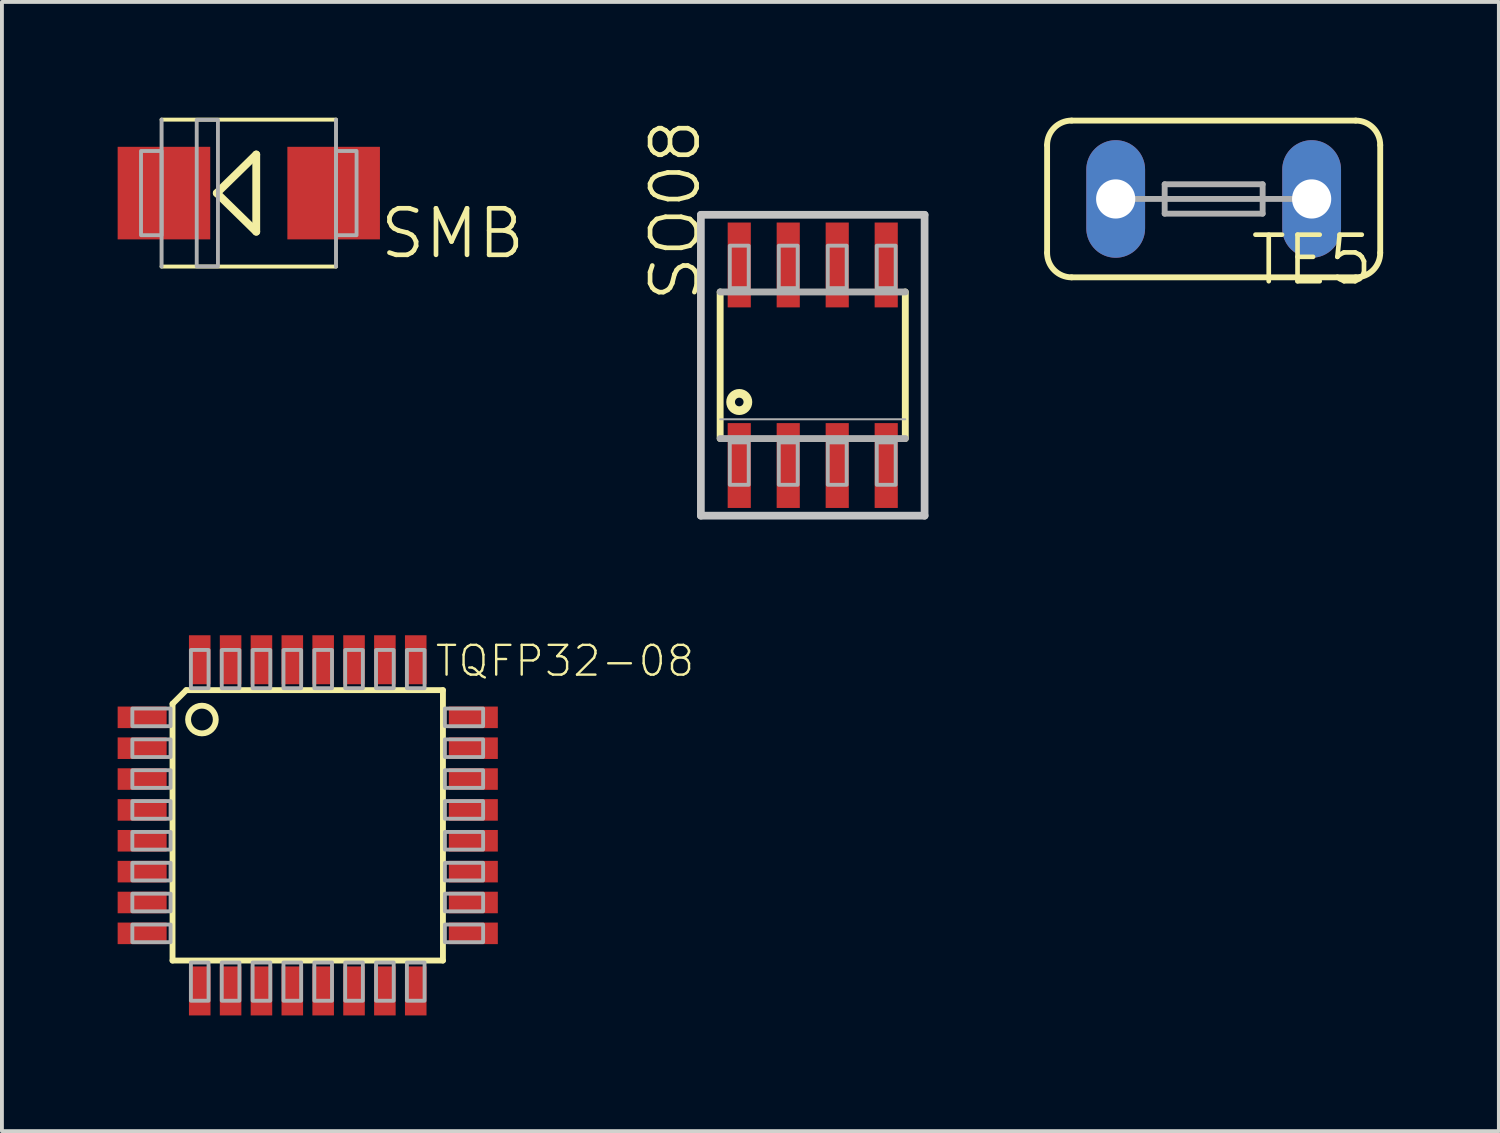
<source format=kicad_pcb>
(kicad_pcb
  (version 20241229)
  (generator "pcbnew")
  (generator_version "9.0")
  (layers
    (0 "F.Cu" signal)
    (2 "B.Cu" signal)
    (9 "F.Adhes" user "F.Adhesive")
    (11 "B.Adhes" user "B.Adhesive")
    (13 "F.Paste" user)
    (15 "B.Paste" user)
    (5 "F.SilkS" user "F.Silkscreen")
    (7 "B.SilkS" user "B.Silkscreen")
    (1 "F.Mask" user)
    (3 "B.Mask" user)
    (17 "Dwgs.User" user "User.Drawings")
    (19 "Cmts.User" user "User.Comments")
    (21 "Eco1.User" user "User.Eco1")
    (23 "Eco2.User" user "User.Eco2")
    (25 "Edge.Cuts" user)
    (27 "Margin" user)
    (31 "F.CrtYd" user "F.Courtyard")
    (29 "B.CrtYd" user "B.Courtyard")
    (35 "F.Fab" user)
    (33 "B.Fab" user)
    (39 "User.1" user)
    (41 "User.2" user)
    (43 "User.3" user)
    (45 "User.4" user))
  (footprint "SMB"
    (layer "F.Cu")
    (at 3.4 1.956)
    (property "Reference" "SMB" (at 3.338 1.754 180) (layer "F.SilkS") (effects (font (size 1.206 1.206) (thickness 0.121)) (justify left bottom)))
    (attr through_hole)
    (fp_line (start -2.261 -1.905) (end 2.261 -1.905) (stroke (width 0.102) (type solid)) (layer "F.SilkS"))
    (fp_line (start -2.261 1.905) (end 2.261 1.905) (stroke (width 0.102) (type solid)) (layer "F.SilkS"))
    (fp_line (start -0.83 0) (end 0.193 1) (stroke (width 0.203) (type solid)) (layer "F.SilkS"))
    (fp_line (start 0.193 -1) (end -0.83 0) (stroke (width 0.203) (type solid)) (layer "F.SilkS"))
    (fp_line (start 0.193 1) (end 0.193 -1) (stroke (width 0.203) (type solid)) (layer "F.SilkS"))
    (fp_line (start -2.261 1.905) (end -2.261 -1.905) (stroke (width 0.102) (type solid)) (layer "F.Fab"))
    (fp_line (start 2.261 1.905) (end 2.261 -1.905) (stroke (width 0.102) (type solid)) (layer "F.Fab"))
    (fp_poly (pts (xy -2.794 1.092) (xy -2.261 1.092) (xy -2.261 -1.092) (xy -2.794 -1.092)) (stroke (width 0.1) (type solid)) (fill no) (layer "F.Fab"))
    (fp_poly (pts (xy -1.35 1.9) (xy -0.8 1.9) (xy -0.8 -1.9) (xy -1.35 -1.9)) (stroke (width 0.1) (type solid)) (fill no) (layer "F.Fab"))
    (fp_poly (pts (xy 2.261 1.092) (xy 2.794 1.092) (xy 2.794 -1.092) (xy 2.261 -1.092)) (stroke (width 0.1) (type solid)) (fill no) (layer "F.Fab"))
    (pad "A" smd rect (at 2.2 0) (size 2.4 2.4) (layers "F.Cu" "F.Mask" "F.Paste"))
    (pad "C" smd rect (at -2.2 0) (size 2.4 2.4) (layers "F.Cu" "F.Mask" "F.Paste")))
  (footprint "TE5"
    (layer "F.Cu")
    (at 28.414 2.108)
    (property "Reference" "TE5" (at 0.889 2.286 180) (layer "F.SilkS") (effects (font (size 1.206 1.206) (thickness 0.121)) (justify left bottom)))
    (attr through_hole)
    (fp_line (start -4.318 -1.397) (end -4.318 1.397) (stroke (width 0.152) (type solid)) (layer "F.SilkS"))
    (fp_line (start -3.683 2.032) (end 3.683 2.032) (stroke (width 0.152) (type solid)) (layer "F.SilkS"))
    (fp_line (start 3.683 -2.032) (end -3.683 -2.032) (stroke (width 0.152) (type solid)) (layer "F.SilkS"))
    (fp_line (start 4.318 1.397) (end 4.318 -1.397) (stroke (width 0.152) (type solid)) (layer "F.SilkS"))
    (fp_arc (start -4.318 -1.397) (mid -4.132013 -1.846013) (end -3.683 -2.032) (stroke (width 0.1524) (type solid)) (layer "F.SilkS"))
    (fp_arc (start -3.683 2.032) (mid -4.132013 1.846013) (end -4.318 1.397) (stroke (width 0.1524) (type solid)) (layer "F.SilkS"))
    (fp_arc (start 3.683 -2.032) (mid 4.132013 -1.846013) (end 4.318 -1.397) (stroke (width 0.1524) (type solid)) (layer "F.SilkS"))
    (fp_arc (start 4.318 1.397) (mid 4.132013 1.846013) (end 3.683 2.032) (stroke (width 0.1524) (type solid)) (layer "F.SilkS"))
    (fp_line (start -2.159 0) (end 2.159 0) (stroke (width 0.152) (type solid)) (layer "F.Fab"))
    (fp_line (start -1.27 -0.381) (end -1.27 0.381) (stroke (width 0.152) (type solid)) (layer "F.Fab"))
    (fp_line (start -1.27 0.381) (end 1.27 0.381) (stroke (width 0.152) (type solid)) (layer "F.Fab"))
    (fp_line (start 1.27 -0.381) (end -1.27 -0.381) (stroke (width 0.152) (type solid)) (layer "F.Fab"))
    (fp_line (start 1.27 -0.381) (end 1.27 0.381) (stroke (width 0.152) (type solid)) (layer "F.Fab"))
    (pad "1" thru_hole oval (at -2.54 0 90) (size 3.048 1.524) (drill 1.016) (layers "*.Cu" "*.Mask"))
    (pad "2" thru_hole oval (at 2.54 0 90) (size 3.048 1.524) (drill 1.016) (layers "*.Cu" "*.Mask")))
  (footprint "TQFP32-08"
    (layer "F.Cu")
    (at 4.928 18.347)
    (property "Reference" "TQFP32-08" (at 3.264 -3.81 180) (layer "F.SilkS") (effects (font (size 0.772 0.772) (thickness 0.062)) (justify left bottom)))
    (attr through_hole)
    (fp_line (start -3.505 3.505) (end -3.505 -3.15) (stroke (width 0.152) (type solid)) (layer "F.SilkS"))
    (fp_line (start -3.15 -3.505) (end -3.505 -3.15) (stroke (width 0.152) (type solid)) (layer "F.SilkS"))
    (fp_line (start -3.15 -3.505) (end 3.505 -3.505) (stroke (width 0.152) (type solid)) (layer "F.SilkS"))
    (fp_line (start 3.505 -3.505) (end 3.505 3.505) (stroke (width 0.152) (type solid)) (layer "F.SilkS"))
    (fp_line (start 3.505 3.505) (end -3.505 3.505) (stroke (width 0.152) (type solid)) (layer "F.SilkS"))
    (fp_circle (center -2.743 -2.743) (end -2.384 -2.743) (stroke (width 0.152) (type solid)) (fill no) (layer "F.SilkS"))
    (fp_poly (pts (xy -4.547 -2.571) (xy -3.556 -2.571) (xy -3.556 -3.029) (xy -4.547 -3.029)) (stroke (width 0.1) (type solid)) (fill no) (layer "F.Fab"))
    (fp_poly (pts (xy -4.547 -1.771) (xy -3.556 -1.771) (xy -3.556 -2.229) (xy -4.547 -2.229)) (stroke (width 0.1) (type solid)) (fill no) (layer "F.Fab"))
    (fp_poly (pts (xy -4.547 -0.971) (xy -3.556 -0.971) (xy -3.556 -1.429) (xy -4.547 -1.429)) (stroke (width 0.1) (type solid)) (fill no) (layer "F.Fab"))
    (fp_poly (pts (xy -4.547 -0.171) (xy -3.556 -0.171) (xy -3.556 -0.629) (xy -4.547 -0.629)) (stroke (width 0.1) (type solid)) (fill no) (layer "F.Fab"))
    (fp_poly (pts (xy -4.547 0.629) (xy -3.556 0.629) (xy -3.556 0.171) (xy -4.547 0.171)) (stroke (width 0.1) (type solid)) (fill no) (layer "F.Fab"))
    (fp_poly (pts (xy -4.547 1.429) (xy -3.556 1.429) (xy -3.556 0.971) (xy -4.547 0.971)) (stroke (width 0.1) (type solid)) (fill no) (layer "F.Fab"))
    (fp_poly (pts (xy -4.547 2.229) (xy -3.556 2.229) (xy -3.556 1.771) (xy -4.547 1.771)) (stroke (width 0.1) (type solid)) (fill no) (layer "F.Fab"))
    (fp_poly (pts (xy -4.547 3.029) (xy -3.556 3.029) (xy -3.556 2.571) (xy -4.547 2.571)) (stroke (width 0.1) (type solid)) (fill no) (layer "F.Fab"))
    (fp_poly (pts (xy -3.029 -3.556) (xy -2.571 -3.556) (xy -2.571 -4.547) (xy -3.029 -4.547)) (stroke (width 0.1) (type solid)) (fill no) (layer "F.Fab"))
    (fp_poly (pts (xy -3.029 4.547) (xy -2.571 4.547) (xy -2.571 3.556) (xy -3.029 3.556)) (stroke (width 0.1) (type solid)) (fill no) (layer "F.Fab"))
    (fp_poly (pts (xy -2.229 -3.556) (xy -1.771 -3.556) (xy -1.771 -4.547) (xy -2.229 -4.547)) (stroke (width 0.1) (type solid)) (fill no) (layer "F.Fab"))
    (fp_poly (pts (xy -2.229 4.547) (xy -1.771 4.547) (xy -1.771 3.556) (xy -2.229 3.556)) (stroke (width 0.1) (type solid)) (fill no) (layer "F.Fab"))
    (fp_poly (pts (xy -1.429 -3.556) (xy -0.971 -3.556) (xy -0.971 -4.547) (xy -1.429 -4.547)) (stroke (width 0.1) (type solid)) (fill no) (layer "F.Fab"))
    (fp_poly (pts (xy -1.429 4.547) (xy -0.971 4.547) (xy -0.971 3.556) (xy -1.429 3.556)) (stroke (width 0.1) (type solid)) (fill no) (layer "F.Fab"))
    (fp_poly (pts (xy -0.629 -3.556) (xy -0.171 -3.556) (xy -0.171 -4.547) (xy -0.629 -4.547)) (stroke (width 0.1) (type solid)) (fill no) (layer "F.Fab"))
    (fp_poly (pts (xy -0.629 4.547) (xy -0.171 4.547) (xy -0.171 3.556) (xy -0.629 3.556)) (stroke (width 0.1) (type solid)) (fill no) (layer "F.Fab"))
    (fp_poly (pts (xy 0.171 -3.556) (xy 0.629 -3.556) (xy 0.629 -4.547) (xy 0.171 -4.547)) (stroke (width 0.1) (type solid)) (fill no) (layer "F.Fab"))
    (fp_poly (pts (xy 0.171 4.547) (xy 0.629 4.547) (xy 0.629 3.556) (xy 0.171 3.556)) (stroke (width 0.1) (type solid)) (fill no) (layer "F.Fab"))
    (fp_poly (pts (xy 0.971 -3.556) (xy 1.429 -3.556) (xy 1.429 -4.547) (xy 0.971 -4.547)) (stroke (width 0.1) (type solid)) (fill no) (layer "F.Fab"))
    (fp_poly (pts (xy 0.971 4.547) (xy 1.429 4.547) (xy 1.429 3.556) (xy 0.971 3.556)) (stroke (width 0.1) (type solid)) (fill no) (layer "F.Fab"))
    (fp_poly (pts (xy 1.771 -3.556) (xy 2.229 -3.556) (xy 2.229 -4.547) (xy 1.771 -4.547)) (stroke (width 0.1) (type solid)) (fill no) (layer "F.Fab"))
    (fp_poly (pts (xy 1.771 4.547) (xy 2.229 4.547) (xy 2.229 3.556) (xy 1.771 3.556)) (stroke (width 0.1) (type solid)) (fill no) (layer "F.Fab"))
    (fp_poly (pts (xy 2.571 -3.556) (xy 3.029 -3.556) (xy 3.029 -4.547) (xy 2.571 -4.547)) (stroke (width 0.1) (type solid)) (fill no) (layer "F.Fab"))
    (fp_poly (pts (xy 2.571 4.547) (xy 3.029 4.547) (xy 3.029 3.556) (xy 2.571 3.556)) (stroke (width 0.1) (type solid)) (fill no) (layer "F.Fab"))
    (fp_poly (pts (xy 3.556 -2.571) (xy 4.547 -2.571) (xy 4.547 -3.029) (xy 3.556 -3.029)) (stroke (width 0.1) (type solid)) (fill no) (layer "F.Fab"))
    (fp_poly (pts (xy 3.556 -1.771) (xy 4.547 -1.771) (xy 4.547 -2.229) (xy 3.556 -2.229)) (stroke (width 0.1) (type solid)) (fill no) (layer "F.Fab"))
    (fp_poly (pts (xy 3.556 -0.971) (xy 4.547 -0.971) (xy 4.547 -1.429) (xy 3.556 -1.429)) (stroke (width 0.1) (type solid)) (fill no) (layer "F.Fab"))
    (fp_poly (pts (xy 3.556 -0.171) (xy 4.547 -0.171) (xy 4.547 -0.629) (xy 3.556 -0.629)) (stroke (width 0.1) (type solid)) (fill no) (layer "F.Fab"))
    (fp_poly (pts (xy 3.556 0.629) (xy 4.547 0.629) (xy 4.547 0.171) (xy 3.556 0.171)) (stroke (width 0.1) (type solid)) (fill no) (layer "F.Fab"))
    (fp_poly (pts (xy 3.556 1.429) (xy 4.547 1.429) (xy 4.547 0.971) (xy 3.556 0.971)) (stroke (width 0.1) (type solid)) (fill no) (layer "F.Fab"))
    (fp_poly (pts (xy 3.556 2.229) (xy 4.547 2.229) (xy 4.547 1.771) (xy 3.556 1.771)) (stroke (width 0.1) (type solid)) (fill no) (layer "F.Fab"))
    (fp_poly (pts (xy 3.556 3.029) (xy 4.547 3.029) (xy 4.547 2.571) (xy 3.556 2.571)) (stroke (width 0.1) (type solid)) (fill no) (layer "F.Fab"))
    (pad "1" smd rect (at -4.293 -2.8) (size 1.27 0.559) (layers "F.Cu" "F.Mask" "F.Paste"))
    (pad "2" smd rect (at -4.293 -2) (size 1.27 0.559) (layers "F.Cu" "F.Mask" "F.Paste"))
    (pad "3" smd rect (at -4.293 -1.2) (size 1.27 0.559) (layers "F.Cu" "F.Mask" "F.Paste"))
    (pad "4" smd rect (at -4.293 -0.4) (size 1.27 0.559) (layers "F.Cu" "F.Mask" "F.Paste"))
    (pad "5" smd rect (at -4.293 0.4) (size 1.27 0.559) (layers "F.Cu" "F.Mask" "F.Paste"))
    (pad "6" smd rect (at -4.293 1.2) (size 1.27 0.559) (layers "F.Cu" "F.Mask" "F.Paste"))
    (pad "7" smd rect (at -4.293 2) (size 1.27 0.559) (layers "F.Cu" "F.Mask" "F.Paste"))
    (pad "8" smd rect (at -4.293 2.8) (size 1.27 0.559) (layers "F.Cu" "F.Mask" "F.Paste"))
    (pad "9" smd rect (at -2.8 4.293) (size 0.559 1.27) (layers "F.Cu" "F.Mask" "F.Paste"))
    (pad "10" smd rect (at -2 4.293) (size 0.559 1.27) (layers "F.Cu" "F.Mask" "F.Paste"))
    (pad "11" smd rect (at -1.2 4.293) (size 0.559 1.27) (layers "F.Cu" "F.Mask" "F.Paste"))
    (pad "12" smd rect (at -0.4 4.293) (size 0.559 1.27) (layers "F.Cu" "F.Mask" "F.Paste"))
    (pad "13" smd rect (at 0.4 4.293) (size 0.559 1.27) (layers "F.Cu" "F.Mask" "F.Paste"))
    (pad "14" smd rect (at 1.2 4.293) (size 0.559 1.27) (layers "F.Cu" "F.Mask" "F.Paste"))
    (pad "15" smd rect (at 2 4.293) (size 0.559 1.27) (layers "F.Cu" "F.Mask" "F.Paste"))
    (pad "16" smd rect (at 2.8 4.293) (size 0.559 1.27) (layers "F.Cu" "F.Mask" "F.Paste"))
    (pad "17" smd rect (at 4.293 2.8) (size 1.27 0.559) (layers "F.Cu" "F.Mask" "F.Paste"))
    (pad "18" smd rect (at 4.293 2) (size 1.27 0.559) (layers "F.Cu" "F.Mask" "F.Paste"))
    (pad "19" smd rect (at 4.293 1.2) (size 1.27 0.559) (layers "F.Cu" "F.Mask" "F.Paste"))
    (pad "20" smd rect (at 4.293 0.4) (size 1.27 0.559) (layers "F.Cu" "F.Mask" "F.Paste"))
    (pad "21" smd rect (at 4.293 -0.4) (size 1.27 0.559) (layers "F.Cu" "F.Mask" "F.Paste"))
    (pad "22" smd rect (at 4.293 -1.2) (size 1.27 0.559) (layers "F.Cu" "F.Mask" "F.Paste"))
    (pad "23" smd rect (at 4.293 -2) (size 1.27 0.559) (layers "F.Cu" "F.Mask" "F.Paste"))
    (pad "24" smd rect (at 4.293 -2.8) (size 1.27 0.559) (layers "F.Cu" "F.Mask" "F.Paste"))
    (pad "25" smd rect (at 2.8 -4.293) (size 0.559 1.27) (layers "F.Cu" "F.Mask" "F.Paste"))
    (pad "26" smd rect (at 2 -4.293) (size 0.559 1.27) (layers "F.Cu" "F.Mask" "F.Paste"))
    (pad "27" smd rect (at 1.2 -4.293) (size 0.559 1.27) (layers "F.Cu" "F.Mask" "F.Paste"))
    (pad "28" smd rect (at 0.4 -4.293) (size 0.559 1.27) (layers "F.Cu" "F.Mask" "F.Paste"))
    (pad "29" smd rect (at -0.4 -4.293) (size 0.559 1.27) (layers "F.Cu" "F.Mask" "F.Paste"))
    (pad "30" smd rect (at -1.2 -4.293) (size 0.559 1.27) (layers "F.Cu" "F.Mask" "F.Paste"))
    (pad "31" smd rect (at -2 -4.293) (size 0.559 1.27) (layers "F.Cu" "F.Mask" "F.Paste"))
    (pad "32" smd rect (at -2.8 -4.293) (size 0.559 1.27) (layers "F.Cu" "F.Mask" "F.Paste")))
  (footprint "SO08"
    (layer "F.Cu")
    (at 18.02 6.419)
    (property "Reference" "SO08" (at -2.857 -1.587 90) (layer "F.SilkS") (effects (font (size 1.206 1.206) (thickness 0.121)) (justify left bottom)))
    (attr through_hole)
    (fp_line (start -2.4 1.9) (end -2.4 -1.9) (stroke (width 0.178) (type solid)) (layer "F.SilkS"))
    (fp_line (start 2.4 -1.9) (end 2.4 1.9) (stroke (width 0.178) (type solid)) (layer "F.SilkS"))
    (fp_circle (center -1.905 0.953) (end -1.793 0.953) (stroke (width 0.225) (type solid)) (fill no) (layer "F.SilkS"))
    (fp_line (start -2.9 -3.9) (end 2.9 -3.9) (stroke (width 0.2) (type solid)) (layer "Dwgs.User"))
    (fp_line (start -2.9 3.9) (end -2.9 -3.9) (stroke (width 0.2) (type solid)) (layer "Dwgs.User"))
    (fp_line (start 2.9 -3.9) (end 2.9 3.9) (stroke (width 0.2) (type solid)) (layer "Dwgs.User"))
    (fp_line (start 2.9 3.9) (end -2.9 3.9) (stroke (width 0.2) (type solid)) (layer "Dwgs.User"))
    (fp_line (start -2.4 -1.9) (end 2.4 -1.9) (stroke (width 0.178) (type solid)) (layer "F.Fab"))
    (fp_line (start 2.4 1.4) (end -2.4 1.4) (stroke (width 0.051) (type solid)) (layer "F.Fab"))
    (fp_line (start 2.4 1.9) (end -2.4 1.9) (stroke (width 0.178) (type solid)) (layer "F.Fab"))
    (fp_poly (pts (xy -2.15 -2) (xy -1.66 -2) (xy -1.66 -3.1) (xy -2.15 -3.1)) (stroke (width 0.1) (type solid)) (fill no) (layer "F.Fab"))
    (fp_poly (pts (xy -2.15 3.1) (xy -1.66 3.1) (xy -1.66 2) (xy -2.15 2)) (stroke (width 0.1) (type solid)) (fill no) (layer "F.Fab"))
    (fp_poly (pts (xy -0.88 -2) (xy -0.39 -2) (xy -0.39 -3.1) (xy -0.88 -3.1)) (stroke (width 0.1) (type solid)) (fill no) (layer "F.Fab"))
    (fp_poly (pts (xy -0.88 3.1) (xy -0.39 3.1) (xy -0.39 2) (xy -0.88 2)) (stroke (width 0.1) (type solid)) (fill no) (layer "F.Fab"))
    (fp_poly (pts (xy 0.39 -2) (xy 0.88 -2) (xy 0.88 -3.1) (xy 0.39 -3.1)) (stroke (width 0.1) (type solid)) (fill no) (layer "F.Fab"))
    (fp_poly (pts (xy 0.39 3.1) (xy 0.88 3.1) (xy 0.88 2) (xy 0.39 2)) (stroke (width 0.1) (type solid)) (fill no) (layer "F.Fab"))
    (fp_poly (pts (xy 1.66 -2) (xy 2.15 -2) (xy 2.15 -3.1) (xy 1.66 -3.1)) (stroke (width 0.1) (type solid)) (fill no) (layer "F.Fab"))
    (fp_poly (pts (xy 1.66 3.1) (xy 2.15 3.1) (xy 2.15 2) (xy 1.66 2)) (stroke (width 0.1) (type solid)) (fill no) (layer "F.Fab"))
    (pad "1" smd rect (at -1.905 2.6) (size 0.6 2.2) (layers "F.Cu" "F.Mask" "F.Paste"))
    (pad "2" smd rect (at -0.635 2.6) (size 0.6 2.2) (layers "F.Cu" "F.Mask" "F.Paste"))
    (pad "3" smd rect (at 0.635 2.6) (size 0.6 2.2) (layers "F.Cu" "F.Mask" "F.Paste"))
    (pad "4" smd rect (at 1.905 2.6) (size 0.6 2.2) (layers "F.Cu" "F.Mask" "F.Paste"))
    (pad "5" smd rect (at 1.905 -2.6) (size 0.6 2.2) (layers "F.Cu" "F.Mask" "F.Paste"))
    (pad "6" smd rect (at 0.635 -2.6) (size 0.6 2.2) (layers "F.Cu" "F.Mask" "F.Paste"))
    (pad "7" smd rect (at -0.635 -2.6) (size 0.6 2.2) (layers "F.Cu" "F.Mask" "F.Paste"))
    (pad "8" smd rect (at -1.905 -2.6) (size 0.6 2.2) (layers "F.Cu" "F.Mask" "F.Paste")))
  (gr_rect
    (start -3 -3)
    (end 35.808 26.274)
    (stroke (width 0.1) (type default))
    (fill no)
    (layer "Edge.Cuts")))
</source>
